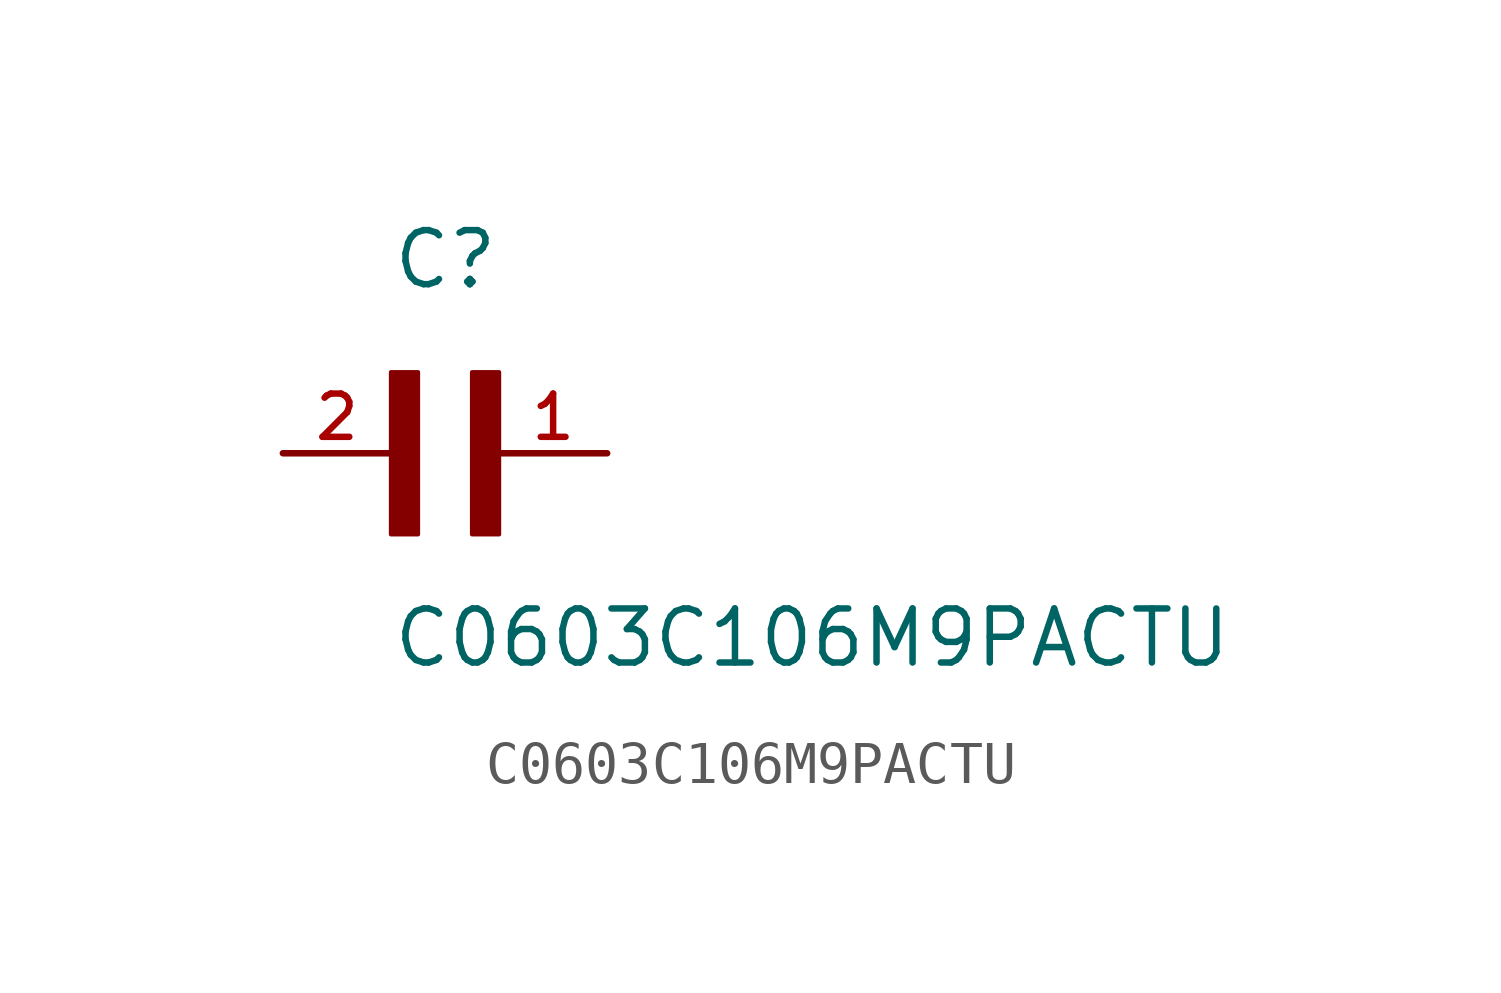
<source format=kicad_sym>
(kicad_symbol_lib
  (version 20211014)
  (generator kicad_symbol_editor)
  (symbol "C0603C106M9PACTU"
    (pin_names
      (offset 1.016))
    (property "Reference" "C"
      (at 0.0 3.81 0)
      (effects (font (size 1.27 1.27)) (justify bottom left)))
    (property "Value" "C0603C106M9PACTU"
      (at 0.0 -5.08 0)
      (effects (font (size 1.27 1.27)) (justify bottom left)))
    (symbol "C0603C106M9PACTU_0_0"
      (rectangle (start 0.0 -1.905) (end 0.635 1.905) (stroke (width 0.1)) (fill (type outline)))
      (rectangle (start 1.905 -1.905) (end 2.54 1.905) (stroke (width 0.1)) (fill (type outline)))
      (pin passive line (at 5.08 0.0 180.0) (length 2.54) (name "~" (effects (font (size 1.016 1.016)))) (number "1" (effects (font (size 1.016 1.016)))))
      (pin passive line (at -2.54 0.0 0) (length 2.54) (name "~" (effects (font (size 1.016 1.016)))) (number "2" (effects (font (size 1.016 1.016))))))))
</source>
